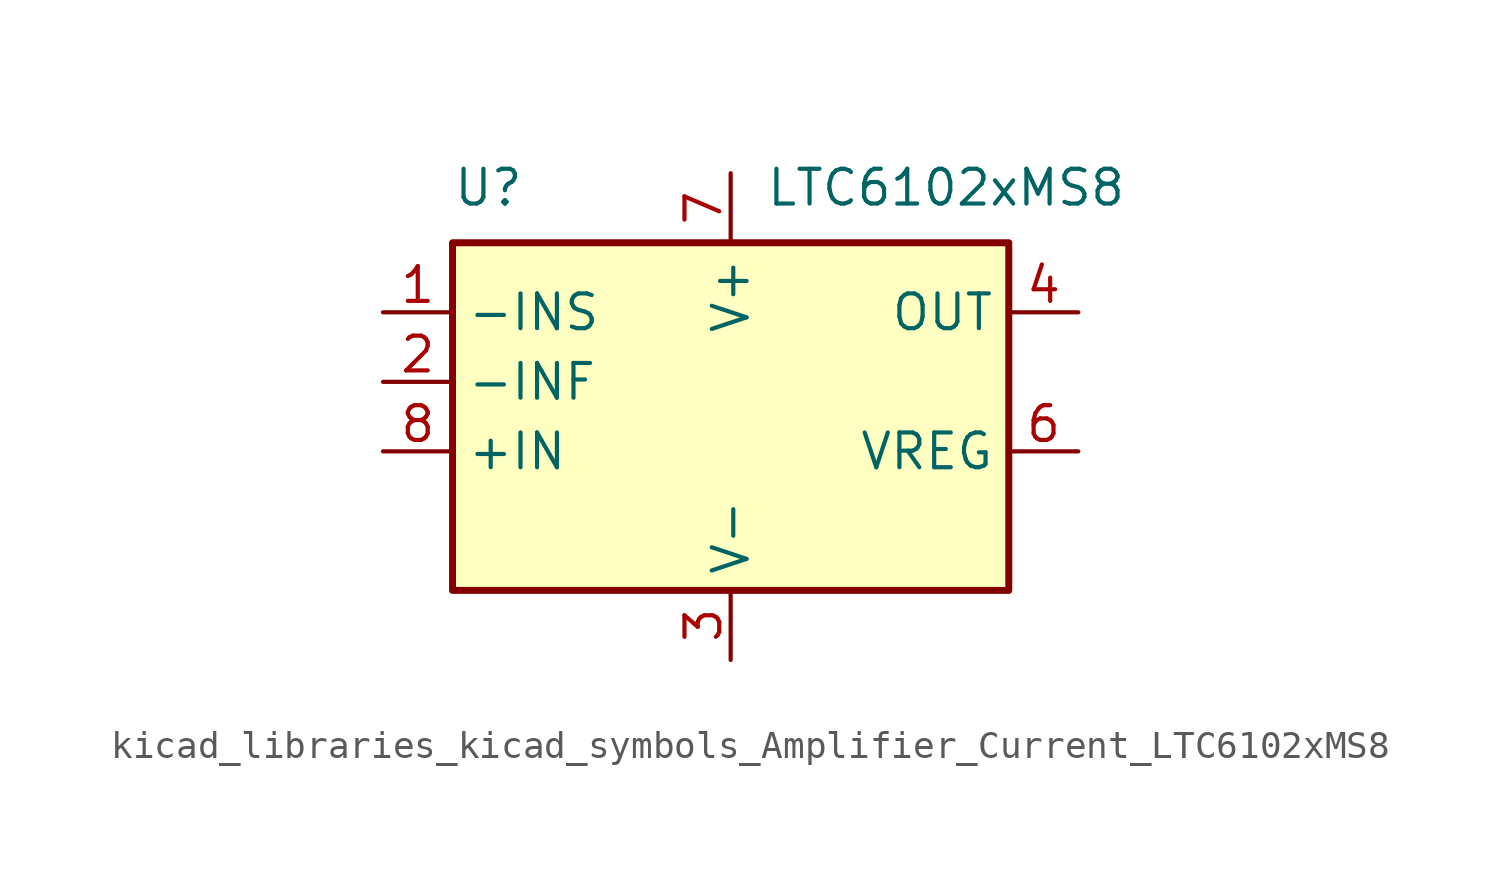
<source format=kicad_sym>
(kicad_symbol_lib
  (version 20220914)
  (generator kicad_symbol_editor)
  (symbol "kicad_libraries_kicad_symbols_Amplifier_Current_LTC6102xMS8"
    (property "Reference" "U"
      (at -10.16 8.89 0)
      (effects (font (size 1.27 1.27)) (justify left bottom)))
    (property "Value" "LTC6102xMS8"
      (at 1.27 8.89 0)
      (effects (font (size 1.27 1.27)) (justify left bottom)))
    (symbol "kicad_libraries_kicad_symbols_Amplifier_Current_LTC6102xMS8_0_1"
      (rectangle (start -10.16 7.62) (end 10.16 -5.08) (stroke (width 0.254) (type default)) (fill (type background))))
    (symbol "kicad_libraries_kicad_symbols_Amplifier_Current_LTC6102xMS8_1_1"
      (pin input line (at -12.7 5.08 0) (length 2.54) (name "-INS" (effects (font (size 1.27 1.27)))) (number "1" (effects (font (size 1.27 1.27)))))
      (pin input line (at -12.7 2.54 0) (length 2.54) (name "-INF" (effects (font (size 1.27 1.27)))) (number "2" (effects (font (size 1.27 1.27)))))
      (pin power_in line (at 0 -7.62 90) (length 2.54) (name "V-" (effects (font (size 1.27 1.27)))) (number "3" (effects (font (size 1.27 1.27)))))
      (pin output line (at 12.7 5.08 180) (length 2.54) (name "OUT" (effects (font (size 1.27 1.27)))) (number "4" (effects (font (size 1.27 1.27)))))
      (pin passive line (at 0 -7.62 90) (length 2.54) hide (name "V-" (effects (font (size 1.27 1.27)))) (number "5" (effects (font (size 1.27 1.27)))))
      (pin output line (at 12.7 0 180) (length 2.54) (name "VREG" (effects (font (size 1.27 1.27)))) (number "6" (effects (font (size 1.27 1.27)))))
      (pin power_in line (at 0 10.16 270) (length 2.54) (name "V+" (effects (font (size 1.27 1.27)))) (number "7" (effects (font (size 1.27 1.27)))))
      (pin input line (at -12.7 0 0) (length 2.54) (name "+IN" (effects (font (size 1.27 1.27)))) (number "8" (effects (font (size 1.27 1.27))))))))
</source>
